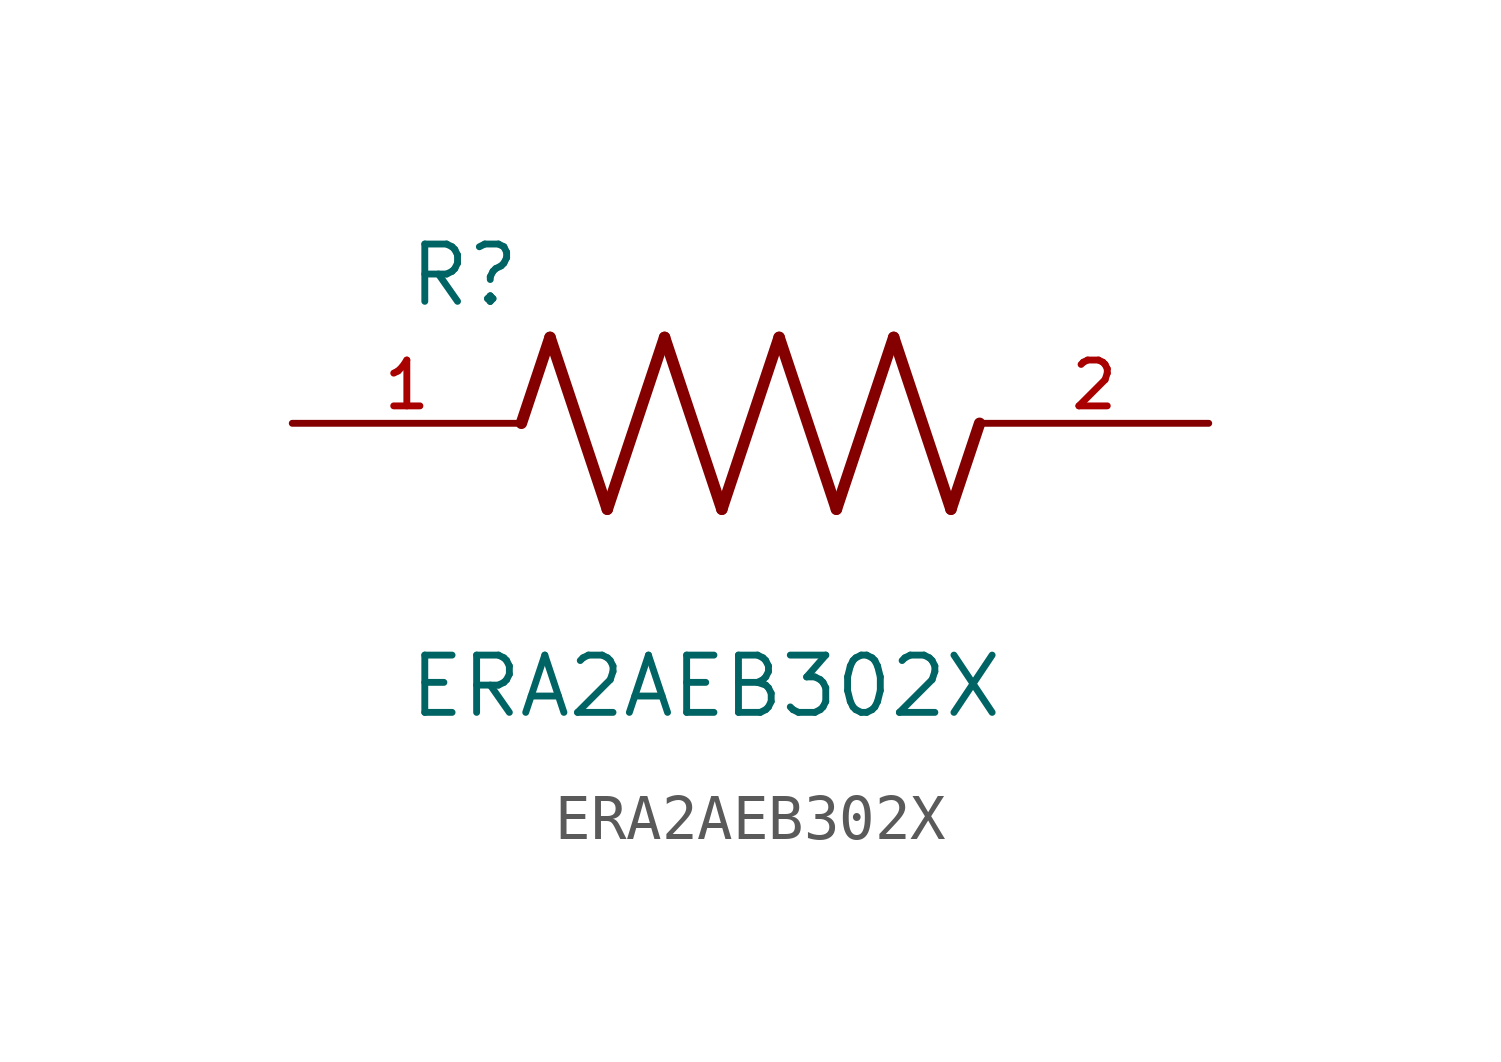
<source format=kicad_sym>
(kicad_symbol_lib
  (version 20211014)
  (generator kicad_symbol_editor)
  (symbol "ERA2AEB302X"
    (pin_names
      (offset 1.016))
    (property "Reference" "R"
      (at -7.624 2.541 0)
      (effects (font (size 1.27 1.27)) (justify bottom left)))
    (property "Value" "ERA2AEB302X"
      (at -7.624 -5.087 0)
      (effects (font (size 1.27 1.27)) (justify top left)))
    (symbol "ERA2AEB302X_0_0"
      (polyline (pts (xy -5.08 0.0) (xy -4.445 1.905)) (stroke (width 0.254)))
      (polyline (pts (xy -4.445 1.905) (xy -3.175 -1.905)) (stroke (width 0.254)))
      (polyline (pts (xy -3.175 -1.905) (xy -1.905 1.905)) (stroke (width 0.254)))
      (polyline (pts (xy -1.905 1.905) (xy -0.635 -1.905)) (stroke (width 0.254)))
      (polyline (pts (xy -0.635 -1.905) (xy 0.635 1.905)) (stroke (width 0.254)))
      (polyline (pts (xy 0.635 1.905) (xy 1.905 -1.905)) (stroke (width 0.254)))
      (polyline (pts (xy 1.905 -1.905) (xy 3.175 1.905)) (stroke (width 0.254)))
      (polyline (pts (xy 3.175 1.905) (xy 4.445 -1.905)) (stroke (width 0.254)))
      (polyline (pts (xy 4.445 -1.905) (xy 5.08 0.0)) (stroke (width 0.254)))
      (pin passive line (at -10.16 0.0 0) (length 5.08) (name "~" (effects (font (size 1.016 1.016)))) (number "1" (effects (font (size 1.016 1.016)))))
      (pin passive line (at 10.16 0.0 180.0) (length 5.08) (name "~" (effects (font (size 1.016 1.016)))) (number "2" (effects (font (size 1.016 1.016))))))))
</source>
